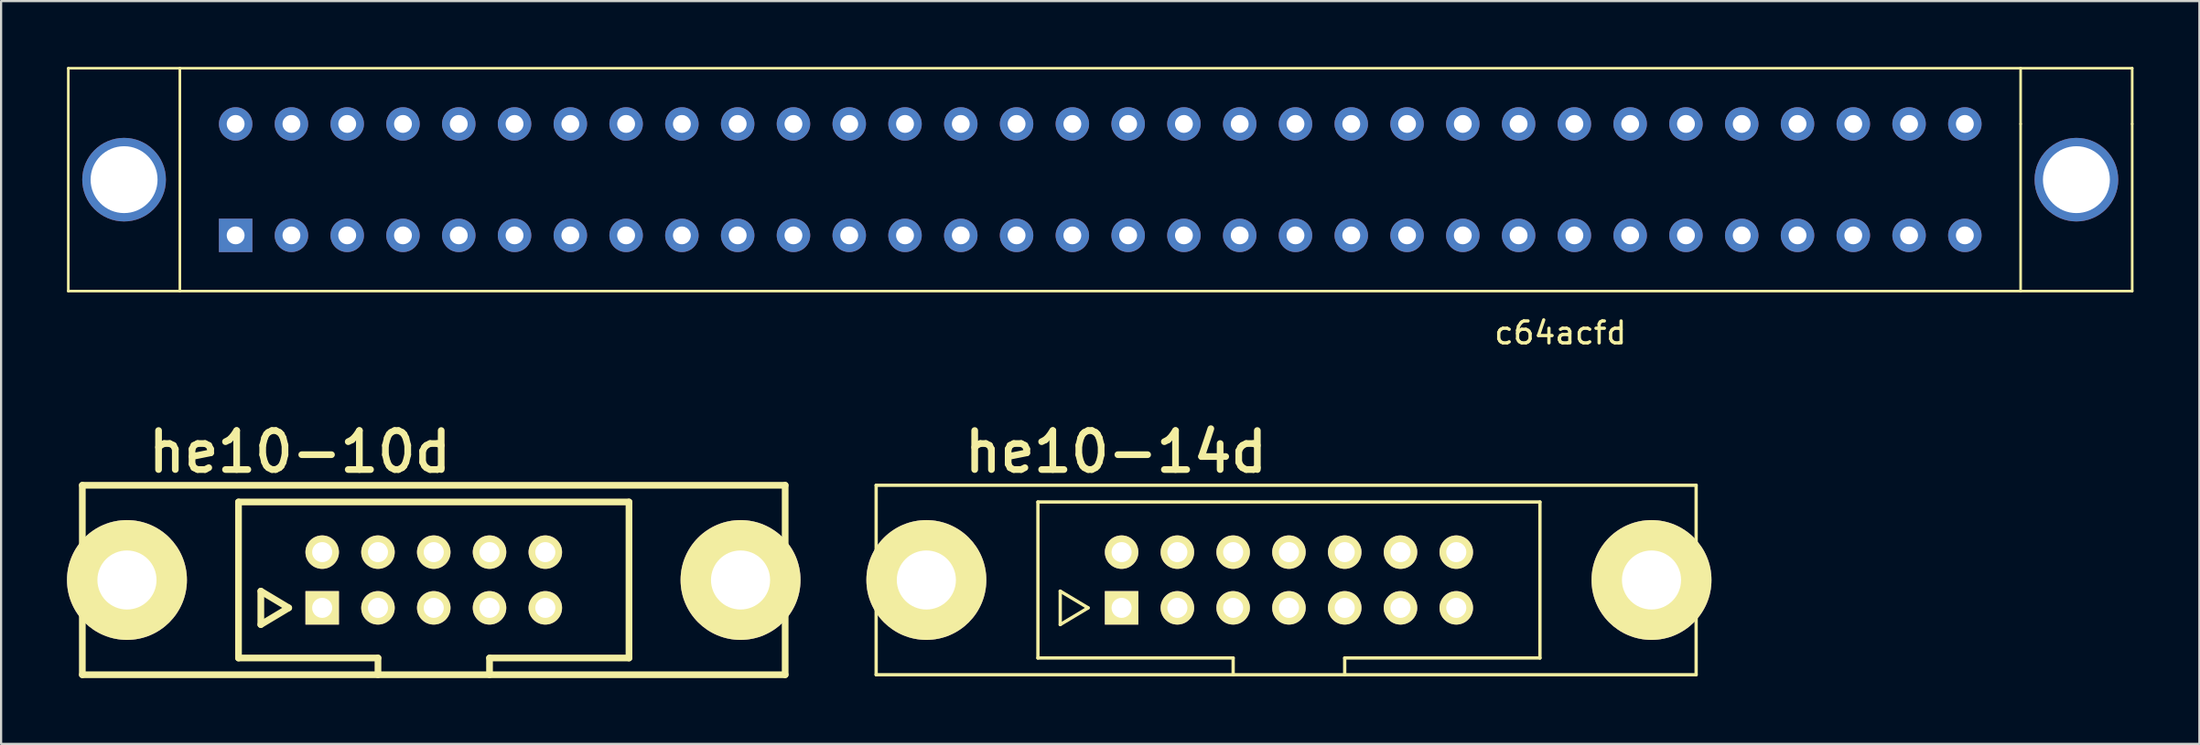
<source format=kicad_pcb>
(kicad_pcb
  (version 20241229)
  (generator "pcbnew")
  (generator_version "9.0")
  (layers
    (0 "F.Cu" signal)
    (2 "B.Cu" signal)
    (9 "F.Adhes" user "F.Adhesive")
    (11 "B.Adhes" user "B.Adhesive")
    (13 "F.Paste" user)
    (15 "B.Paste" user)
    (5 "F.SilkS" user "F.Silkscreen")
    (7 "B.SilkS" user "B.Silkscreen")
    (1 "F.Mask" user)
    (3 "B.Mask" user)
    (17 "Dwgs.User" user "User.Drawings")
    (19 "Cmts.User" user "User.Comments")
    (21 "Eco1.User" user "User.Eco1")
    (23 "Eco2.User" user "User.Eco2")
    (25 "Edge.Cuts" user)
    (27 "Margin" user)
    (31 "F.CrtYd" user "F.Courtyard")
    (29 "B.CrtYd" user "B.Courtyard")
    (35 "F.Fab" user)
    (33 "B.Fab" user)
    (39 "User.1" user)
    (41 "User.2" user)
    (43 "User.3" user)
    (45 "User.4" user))
  (footprint "he10-14d"
    (layer "F.Cu")
    (at 55.642 23.39)
    (property "Reference" "he10-14d" (at -7.874 -5.842 0) (layer "F.SilkS") (effects (font (size 1.778 1.778) (thickness 0.305))))
    (attr through_hole)
    (fp_line (start -18.796 -4.318) (end 18.542 -4.318) (stroke (width 0.15) (type solid)) (layer "F.SilkS"))
    (fp_line (start -18.796 4.318) (end -18.796 -4.318) (stroke (width 0.15) (type solid)) (layer "F.SilkS"))
    (fp_line (start -11.43 -3.556) (end 11.43 -3.556) (stroke (width 0.15) (type solid)) (layer "F.SilkS"))
    (fp_line (start -11.43 3.556) (end -11.43 -3.556) (stroke (width 0.15) (type solid)) (layer "F.SilkS"))
    (fp_line (start -10.414 0.508) (end -10.414 2.032) (stroke (width 0.15) (type solid)) (layer "F.SilkS"))
    (fp_line (start -10.414 2.032) (end -9.144 1.27) (stroke (width 0.15) (type solid)) (layer "F.SilkS"))
    (fp_line (start -9.144 1.27) (end -10.414 0.508) (stroke (width 0.15) (type solid)) (layer "F.SilkS"))
    (fp_line (start -2.54 3.556) (end -11.43 3.556) (stroke (width 0.15) (type solid)) (layer "F.SilkS"))
    (fp_line (start -2.54 4.318) (end -2.54 3.556) (stroke (width 0.15) (type solid)) (layer "F.SilkS"))
    (fp_line (start 2.54 3.556) (end 2.54 4.318) (stroke (width 0.15) (type solid)) (layer "F.SilkS"))
    (fp_line (start 11.43 -3.556) (end 11.43 3.556) (stroke (width 0.15) (type solid)) (layer "F.SilkS"))
    (fp_line (start 11.43 3.556) (end 2.54 3.556) (stroke (width 0.15) (type solid)) (layer "F.SilkS"))
    (fp_line (start 18.542 -4.318) (end 18.542 4.318) (stroke (width 0.15) (type solid)) (layer "F.SilkS"))
    (fp_line (start 18.542 4.318) (end -18.796 4.318) (stroke (width 0.15) (type solid)) (layer "F.SilkS"))
    (pad "0" thru_hole circle (at -16.51 0) (size 5.461 5.461) (drill 2.692) (layers "*.Cu" "*.Mask" "F.SilkS"))
    (pad "0" thru_hole circle (at 16.51 0) (size 5.461 5.461) (drill 2.692) (layers "*.Cu" "*.Mask" "F.SilkS"))
    (pad "1" thru_hole rect (at -7.62 1.27) (size 1.524 1.524) (drill 0.914) (layers "*.Cu" "*.Mask" "F.SilkS"))
    (pad "2" thru_hole circle (at -7.62 -1.27) (size 1.524 1.524) (drill 0.914) (layers "*.Cu" "*.Mask" "F.SilkS"))
    (pad "3" thru_hole circle (at -5.08 1.27) (size 1.524 1.524) (drill 0.914) (layers "*.Cu" "*.Mask" "F.SilkS"))
    (pad "4" thru_hole circle (at -5.08 -1.27) (size 1.524 1.524) (drill 0.914) (layers "*.Cu" "*.Mask" "F.SilkS"))
    (pad "5" thru_hole circle (at -2.54 1.27) (size 1.524 1.524) (drill 0.914) (layers "*.Cu" "*.Mask" "F.SilkS"))
    (pad "6" thru_hole circle (at -2.54 -1.27) (size 1.524 1.524) (drill 0.914) (layers "*.Cu" "*.Mask" "F.SilkS"))
    (pad "7" thru_hole circle (at 0 1.27) (size 1.524 1.524) (drill 0.914) (layers "*.Cu" "*.Mask" "F.SilkS"))
    (pad "8" thru_hole circle (at 0 -1.27) (size 1.524 1.524) (drill 0.914) (layers "*.Cu" "*.Mask" "F.SilkS"))
    (pad "9" thru_hole circle (at 2.54 1.27) (size 1.524 1.524) (drill 0.914) (layers "*.Cu" "*.Mask" "F.SilkS"))
    (pad "10" thru_hole circle (at 2.54 -1.27) (size 1.524 1.524) (drill 0.914) (layers "*.Cu" "*.Mask" "F.SilkS"))
    (pad "11" thru_hole circle (at 5.08 1.27) (size 1.524 1.524) (drill 0.914) (layers "*.Cu" "*.Mask" "F.SilkS"))
    (pad "12" thru_hole circle (at 5.08 -1.27) (size 1.524 1.524) (drill 0.914) (layers "*.Cu" "*.Mask" "F.SilkS"))
    (pad "13" thru_hole circle (at 7.62 1.27) (size 1.524 1.524) (drill 0.914) (layers "*.Cu" "*.Mask" "F.SilkS"))
    (pad "14" thru_hole circle (at 7.62 -1.27) (size 1.524 1.524) (drill 0.914) (layers "*.Cu" "*.Mask" "F.SilkS")))
  (footprint "c64acfd"
    (layer "F.Cu")
    (at 47.05 5.14)
    (property "Reference" "c64acfd" (at 20.955 6.985 0) (layer "F.SilkS") (effects (font (size 1 1) (thickness 0.15))))
    (attr through_hole)
    (fp_line (start -46.99 5.08) (end -46.99 -5.08) (stroke (width 0.12) (type solid)) (layer "F.SilkS"))
    (fp_line (start -41.91 -5.08) (end -41.91 5.08) (stroke (width 0.12) (type solid)) (layer "F.SilkS"))
    (fp_line (start 41.91 -2.54) (end 41.91 -5.08) (stroke (width 0.12) (type solid)) (layer "F.SilkS"))
    (fp_line (start 41.91 -2.54) (end 41.91 5.08) (stroke (width 0.12) (type solid)) (layer "F.SilkS"))
    (fp_line (start 46.99 -5.08) (end -46.99 -5.08) (stroke (width 0.12) (type solid)) (layer "F.SilkS"))
    (fp_line (start 46.99 -2.54) (end 46.99 -5.08) (stroke (width 0.12) (type solid)) (layer "F.SilkS"))
    (fp_line (start 46.99 -2.54) (end 46.99 5.08) (stroke (width 0.12) (type solid)) (layer "F.SilkS"))
    (fp_line (start 46.99 5.08) (end -46.99 5.08) (stroke (width 0.12) (type solid)) (layer "F.SilkS"))
    (pad "65" thru_hole circle (at 44.45 0) (size 3.81 3.81) (drill 3.048) (layers "*.Cu" "*.Mask"))
    (pad "66" thru_hole circle (at -44.45 0) (size 3.81 3.81) (drill 3.048) (layers "*.Cu" "*.Mask"))
    (pad "A1" thru_hole rect (at -39.37 2.54) (size 1.524 1.524) (drill 0.813) (layers "*.Cu" "*.Mask"))
    (pad "A2" thru_hole circle (at -36.83 2.54) (size 1.524 1.524) (drill 0.813) (layers "*.Cu" "*.Mask"))
    (pad "A3" thru_hole circle (at -34.29 2.54) (size 1.524 1.524) (drill 0.813) (layers "*.Cu" "*.Mask"))
    (pad "A4" thru_hole circle (at -31.75 2.54) (size 1.524 1.524) (drill 0.813) (layers "*.Cu" "*.Mask"))
    (pad "A5" thru_hole circle (at -29.21 2.54) (size 1.524 1.524) (drill 0.813) (layers "*.Cu" "*.Mask"))
    (pad "A6" thru_hole circle (at -26.67 2.54) (size 1.524 1.524) (drill 0.813) (layers "*.Cu" "*.Mask"))
    (pad "A7" thru_hole circle (at -24.13 2.54) (size 1.524 1.524) (drill 0.813) (layers "*.Cu" "*.Mask"))
    (pad "A8" thru_hole circle (at -21.59 2.54) (size 1.524 1.524) (drill 0.813) (layers "*.Cu" "*.Mask"))
    (pad "A9" thru_hole circle (at -19.05 2.54) (size 1.524 1.524) (drill 0.813) (layers "*.Cu" "*.Mask"))
    (pad "A10" thru_hole circle (at -16.51 2.54) (size 1.524 1.524) (drill 0.813) (layers "*.Cu" "*.Mask"))
    (pad "A11" thru_hole circle (at -13.97 2.54) (size 1.524 1.524) (drill 0.813) (layers "*.Cu" "*.Mask"))
    (pad "A12" thru_hole circle (at -11.43 2.54) (size 1.524 1.524) (drill 0.813) (layers "*.Cu" "*.Mask"))
    (pad "A13" thru_hole circle (at -8.89 2.54) (size 1.524 1.524) (drill 0.813) (layers "*.Cu" "*.Mask"))
    (pad "A14" thru_hole circle (at -6.35 2.54) (size 1.524 1.524) (drill 0.813) (layers "*.Cu" "*.Mask"))
    (pad "A15" thru_hole circle (at -3.81 2.54) (size 1.524 1.524) (drill 0.813) (layers "*.Cu" "*.Mask"))
    (pad "A16" thru_hole circle (at -1.27 2.54) (size 1.524 1.524) (drill 0.813) (layers "*.Cu" "*.Mask"))
    (pad "A17" thru_hole circle (at 1.27 2.54) (size 1.524 1.524) (drill 0.813) (layers "*.Cu" "*.Mask"))
    (pad "A18" thru_hole circle (at 3.81 2.54) (size 1.524 1.524) (drill 0.813) (layers "*.Cu" "*.Mask"))
    (pad "A19" thru_hole circle (at 6.35 2.54) (size 1.524 1.524) (drill 0.813) (layers "*.Cu" "*.Mask"))
    (pad "A20" thru_hole circle (at 8.89 2.54) (size 1.524 1.524) (drill 0.813) (layers "*.Cu" "*.Mask"))
    (pad "A21" thru_hole circle (at 11.43 2.54) (size 1.524 1.524) (drill 0.813) (layers "*.Cu" "*.Mask"))
    (pad "A22" thru_hole circle (at 13.97 2.54) (size 1.524 1.524) (drill 0.813) (layers "*.Cu" "*.Mask"))
    (pad "A23" thru_hole circle (at 16.51 2.54) (size 1.524 1.524) (drill 0.813) (layers "*.Cu" "*.Mask"))
    (pad "A24" thru_hole circle (at 19.05 2.54) (size 1.524 1.524) (drill 0.813) (layers "*.Cu" "*.Mask"))
    (pad "A25" thru_hole circle (at 21.59 2.54) (size 1.524 1.524) (drill 0.813) (layers "*.Cu" "*.Mask"))
    (pad "A26" thru_hole circle (at 24.13 2.54) (size 1.524 1.524) (drill 0.813) (layers "*.Cu" "*.Mask"))
    (pad "A27" thru_hole circle (at 26.67 2.54) (size 1.524 1.524) (drill 0.813) (layers "*.Cu" "*.Mask"))
    (pad "A28" thru_hole circle (at 29.21 2.54) (size 1.524 1.524) (drill 0.813) (layers "*.Cu" "*.Mask"))
    (pad "A29" thru_hole circle (at 31.75 2.54) (size 1.524 1.524) (drill 0.813) (layers "*.Cu" "*.Mask"))
    (pad "A30" thru_hole circle (at 34.29 2.54) (size 1.524 1.524) (drill 0.813) (layers "*.Cu" "*.Mask"))
    (pad "A31" thru_hole circle (at 36.83 2.54) (size 1.524 1.524) (drill 0.813) (layers "*.Cu" "*.Mask"))
    (pad "A32" thru_hole circle (at 39.37 2.54) (size 1.524 1.524) (drill 0.813) (layers "*.Cu" "*.Mask"))
    (pad "C1" thru_hole circle (at -39.37 -2.54) (size 1.524 1.524) (drill 0.813) (layers "*.Cu" "*.Mask"))
    (pad "C2" thru_hole circle (at -36.83 -2.54) (size 1.524 1.524) (drill 0.813) (layers "*.Cu" "*.Mask"))
    (pad "C3" thru_hole circle (at -34.29 -2.54) (size 1.524 1.524) (drill 0.813) (layers "*.Cu" "*.Mask"))
    (pad "C4" thru_hole circle (at -31.75 -2.54) (size 1.524 1.524) (drill 0.813) (layers "*.Cu" "*.Mask"))
    (pad "C5" thru_hole circle (at -29.21 -2.54) (size 1.524 1.524) (drill 0.813) (layers "*.Cu" "*.Mask"))
    (pad "C6" thru_hole circle (at -26.67 -2.54) (size 1.524 1.524) (drill 0.813) (layers "*.Cu" "*.Mask"))
    (pad "C7" thru_hole circle (at -24.13 -2.54) (size 1.524 1.524) (drill 0.813) (layers "*.Cu" "*.Mask"))
    (pad "C8" thru_hole circle (at -21.59 -2.54) (size 1.524 1.524) (drill 0.813) (layers "*.Cu" "*.Mask"))
    (pad "C9" thru_hole circle (at -19.05 -2.54) (size 1.524 1.524) (drill 0.813) (layers "*.Cu" "*.Mask"))
    (pad "C10" thru_hole circle (at -16.51 -2.54) (size 1.524 1.524) (drill 0.813) (layers "*.Cu" "*.Mask"))
    (pad "C11" thru_hole circle (at -13.97 -2.54) (size 1.524 1.524) (drill 0.813) (layers "*.Cu" "*.Mask"))
    (pad "C12" thru_hole circle (at -11.43 -2.54) (size 1.524 1.524) (drill 0.813) (layers "*.Cu" "*.Mask"))
    (pad "C13" thru_hole circle (at -8.89 -2.54) (size 1.524 1.524) (drill 0.813) (layers "*.Cu" "*.Mask"))
    (pad "C14" thru_hole circle (at -6.35 -2.54) (size 1.524 1.524) (drill 0.813) (layers "*.Cu" "*.Mask"))
    (pad "C15" thru_hole circle (at -3.81 -2.54) (size 1.524 1.524) (drill 0.813) (layers "*.Cu" "*.Mask"))
    (pad "C16" thru_hole circle (at -1.27 -2.54) (size 1.524 1.524) (drill 0.813) (layers "*.Cu" "*.Mask"))
    (pad "C17" thru_hole circle (at 1.27 -2.54) (size 1.524 1.524) (drill 0.813) (layers "*.Cu" "*.Mask"))
    (pad "C18" thru_hole circle (at 3.81 -2.54) (size 1.524 1.524) (drill 0.813) (layers "*.Cu" "*.Mask"))
    (pad "C19" thru_hole circle (at 6.35 -2.54) (size 1.524 1.524) (drill 0.813) (layers "*.Cu" "*.Mask"))
    (pad "C20" thru_hole circle (at 8.89 -2.54) (size 1.524 1.524) (drill 0.813) (layers "*.Cu" "*.Mask"))
    (pad "C21" thru_hole circle (at 11.43 -2.54) (size 1.524 1.524) (drill 0.813) (layers "*.Cu" "*.Mask"))
    (pad "C22" thru_hole circle (at 13.97 -2.54) (size 1.524 1.524) (drill 0.813) (layers "*.Cu" "*.Mask"))
    (pad "C23" thru_hole circle (at 16.51 -2.54) (size 1.524 1.524) (drill 0.813) (layers "*.Cu" "*.Mask"))
    (pad "C24" thru_hole circle (at 19.05 -2.54) (size 1.524 1.524) (drill 0.813) (layers "*.Cu" "*.Mask"))
    (pad "C25" thru_hole circle (at 21.59 -2.54) (size 1.524 1.524) (drill 0.813) (layers "*.Cu" "*.Mask"))
    (pad "C26" thru_hole circle (at 24.13 -2.54) (size 1.524 1.524) (drill 0.813) (layers "*.Cu" "*.Mask"))
    (pad "C27" thru_hole circle (at 26.67 -2.54) (size 1.524 1.524) (drill 0.813) (layers "*.Cu" "*.Mask"))
    (pad "C28" thru_hole circle (at 29.21 -2.54) (size 1.524 1.524) (drill 0.813) (layers "*.Cu" "*.Mask"))
    (pad "C29" thru_hole circle (at 31.75 -2.54) (size 1.524 1.524) (drill 0.813) (layers "*.Cu" "*.Mask"))
    (pad "C30" thru_hole circle (at 34.29 -2.54) (size 1.524 1.524) (drill 0.813) (layers "*.Cu" "*.Mask"))
    (pad "C31" thru_hole circle (at 36.83 -2.54) (size 1.524 1.524) (drill 0.813) (layers "*.Cu" "*.Mask"))
    (pad "C32" thru_hole circle (at 39.37 -2.54) (size 1.524 1.524) (drill 0.813) (layers "*.Cu" "*.Mask")))
  (footprint "he10-10d"
    (layer "F.Cu")
    (at 16.701 23.39)
    (property "Reference" "he10-10d" (at -6.096 -5.842 0) (layer "F.SilkS") (effects (font (size 1.778 1.778) (thickness 0.305))))
    (attr through_hole)
    (fp_line (start -16.002 -4.318) (end 16.002 -4.318) (stroke (width 0.305) (type solid)) (layer "F.SilkS"))
    (fp_line (start -16.002 4.318) (end -16.002 -4.318) (stroke (width 0.305) (type solid)) (layer "F.SilkS"))
    (fp_line (start -8.89 -3.556) (end 8.89 -3.556) (stroke (width 0.305) (type solid)) (layer "F.SilkS"))
    (fp_line (start -8.89 3.556) (end -8.89 -3.556) (stroke (width 0.305) (type solid)) (layer "F.SilkS"))
    (fp_line (start -7.874 0.508) (end -7.874 2.032) (stroke (width 0.305) (type solid)) (layer "F.SilkS"))
    (fp_line (start -7.874 2.032) (end -6.604 1.27) (stroke (width 0.305) (type solid)) (layer "F.SilkS"))
    (fp_line (start -6.604 1.27) (end -7.874 0.508) (stroke (width 0.305) (type solid)) (layer "F.SilkS"))
    (fp_line (start -2.54 3.556) (end -8.89 3.556) (stroke (width 0.305) (type solid)) (layer "F.SilkS"))
    (fp_line (start -2.54 4.318) (end -2.54 3.556) (stroke (width 0.305) (type solid)) (layer "F.SilkS"))
    (fp_line (start 2.54 3.556) (end 2.54 4.318) (stroke (width 0.305) (type solid)) (layer "F.SilkS"))
    (fp_line (start 8.89 3.556) (end 2.54 3.556) (stroke (width 0.305) (type solid)) (layer "F.SilkS"))
    (fp_line (start 8.89 3.556) (end 8.89 -3.556) (stroke (width 0.305) (type solid)) (layer "F.SilkS"))
    (fp_line (start 16.002 -4.318) (end 16.002 4.318) (stroke (width 0.305) (type solid)) (layer "F.SilkS"))
    (fp_line (start 16.002 4.318) (end -16.002 4.318) (stroke (width 0.305) (type solid)) (layer "F.SilkS"))
    (pad "" thru_hole circle (at -13.97 0) (size 5.461 5.461) (drill 2.692) (layers "*.Cu" "*.Mask" "F.SilkS"))
    (pad "" thru_hole circle (at 13.97 0) (size 5.461 5.461) (drill 2.692) (layers "*.Cu" "*.Mask" "F.SilkS"))
    (pad "1" thru_hole rect (at -5.08 1.27) (size 1.524 1.524) (drill 0.914) (layers "*.Cu" "*.Mask" "F.SilkS"))
    (pad "2" thru_hole circle (at -5.08 -1.27) (size 1.524 1.524) (drill 0.914) (layers "*.Cu" "*.Mask" "F.SilkS"))
    (pad "3" thru_hole circle (at -2.54 1.27) (size 1.524 1.524) (drill 0.914) (layers "*.Cu" "*.Mask" "F.SilkS"))
    (pad "4" thru_hole circle (at -2.54 -1.27) (size 1.524 1.524) (drill 0.914) (layers "*.Cu" "*.Mask" "F.SilkS"))
    (pad "5" thru_hole circle (at 0 1.27) (size 1.524 1.524) (drill 0.914) (layers "*.Cu" "*.Mask" "F.SilkS"))
    (pad "6" thru_hole circle (at 0 -1.27) (size 1.524 1.524) (drill 0.914) (layers "*.Cu" "*.Mask" "F.SilkS"))
    (pad "7" thru_hole circle (at 2.54 1.27) (size 1.524 1.524) (drill 0.914) (layers "*.Cu" "*.Mask" "F.SilkS"))
    (pad "8" thru_hole circle (at 2.54 -1.27) (size 1.524 1.524) (drill 0.914) (layers "*.Cu" "*.Mask" "F.SilkS"))
    (pad "9" thru_hole circle (at 5.08 1.27) (size 1.524 1.524) (drill 0.914) (layers "*.Cu" "*.Mask" "F.SilkS"))
    (pad "10" thru_hole circle (at 5.08 -1.27) (size 1.524 1.524) (drill 0.914) (layers "*.Cu" "*.Mask" "F.SilkS")))
  (gr_rect
    (start -3 -3)
    (end 97.1 30.861)
    (stroke (width 0.1) (type default))
    (fill no)
    (layer "Edge.Cuts")))
</source>
